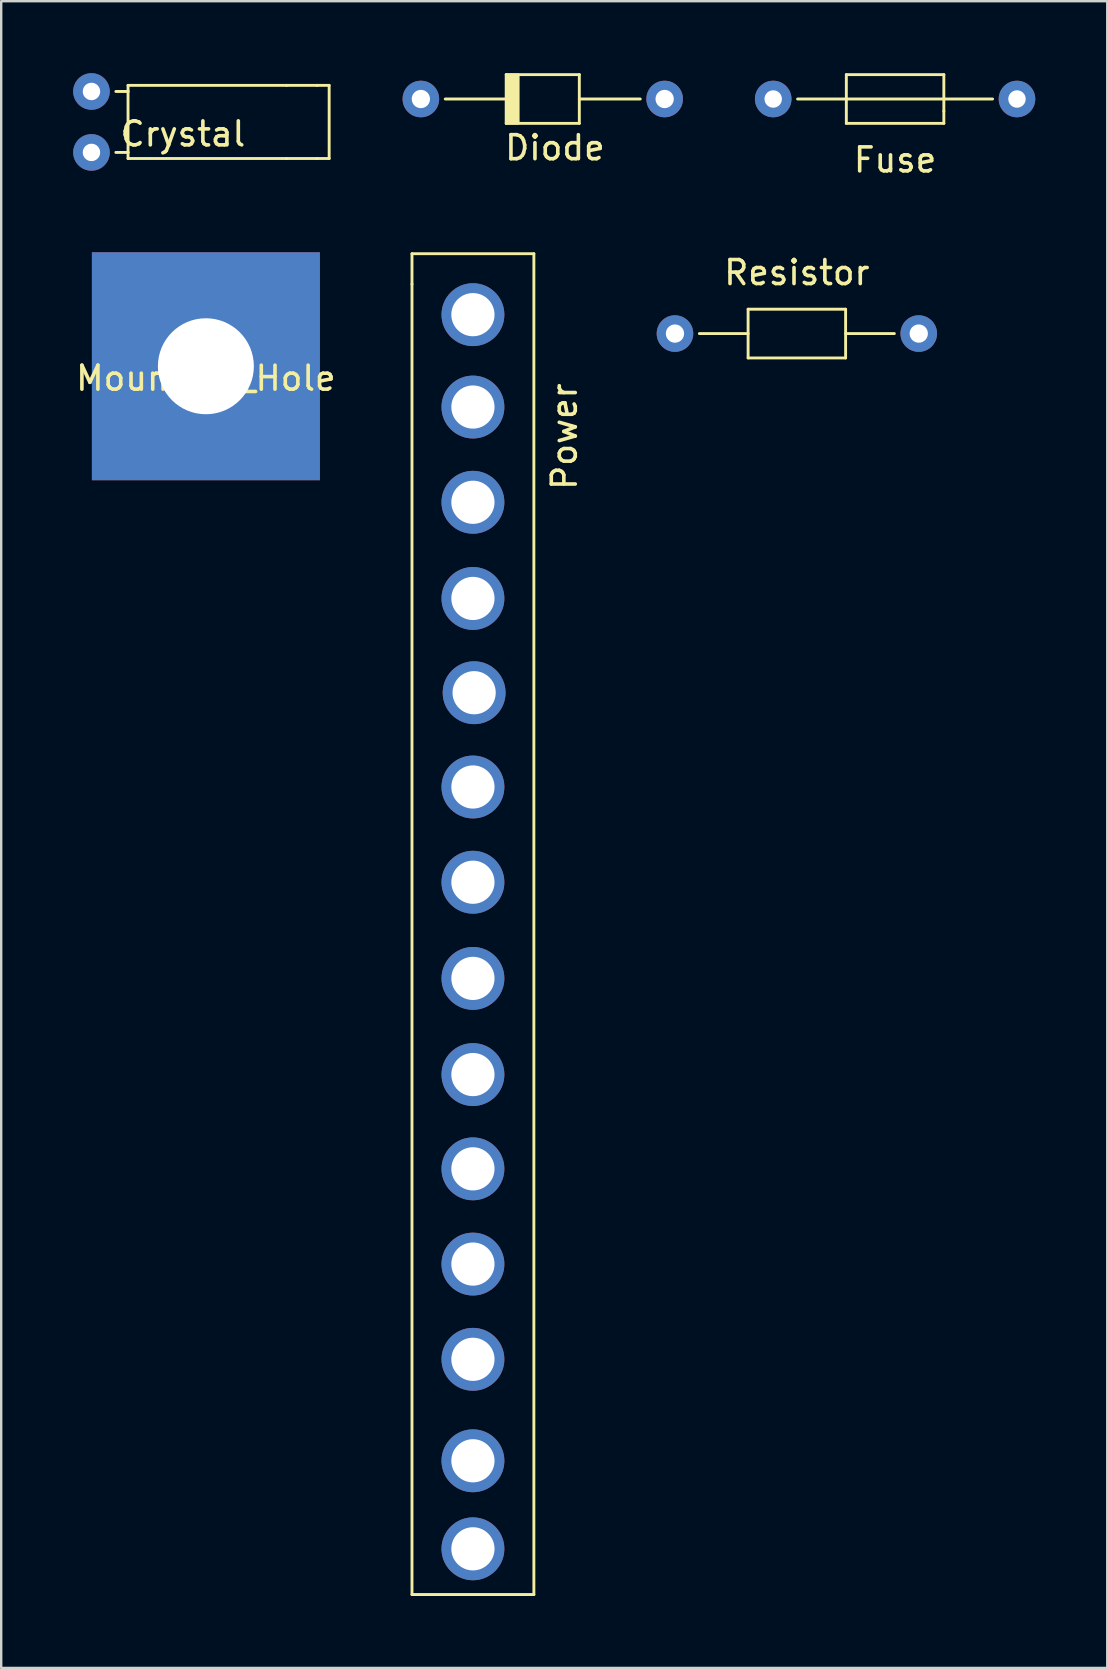
<source format=kicad_pcb>
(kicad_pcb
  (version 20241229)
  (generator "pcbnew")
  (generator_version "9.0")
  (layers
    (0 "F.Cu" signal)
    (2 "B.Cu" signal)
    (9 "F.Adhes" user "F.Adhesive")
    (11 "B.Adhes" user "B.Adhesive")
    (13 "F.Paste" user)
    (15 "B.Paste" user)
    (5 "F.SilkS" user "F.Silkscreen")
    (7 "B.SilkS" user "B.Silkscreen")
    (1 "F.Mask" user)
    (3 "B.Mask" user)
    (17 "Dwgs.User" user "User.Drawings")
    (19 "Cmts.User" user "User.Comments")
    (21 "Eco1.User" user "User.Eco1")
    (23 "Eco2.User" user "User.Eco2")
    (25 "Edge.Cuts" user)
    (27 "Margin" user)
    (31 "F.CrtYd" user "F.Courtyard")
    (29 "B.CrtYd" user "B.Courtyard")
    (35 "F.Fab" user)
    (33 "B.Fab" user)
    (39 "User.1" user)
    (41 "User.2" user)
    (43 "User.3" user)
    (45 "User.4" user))
  (footprint "Crystal"
    (layer "F.Cu")
    (at 4.572 2.032)
    (property "Reference" "Crystal" (at 0 0.5 0) (layer "F.SilkS") (effects (font (size 1 1) (thickness 0.15))))
    (attr through_hole)
    (fp_line (start -2.794 -1.27) (end -2.286 -1.27) (stroke (width 0.12) (type solid)) (layer "F.SilkS"))
    (fp_line (start -2.794 1.27) (end -2.286 1.27) (stroke (width 0.12) (type solid)) (layer "F.SilkS"))
    (fp_line (start -2.286 -1.524) (end 4.318 -1.524) (stroke (width 0.12) (type solid)) (layer "F.SilkS"))
    (fp_line (start -2.286 -1.27) (end -2.286 -1.524) (stroke (width 0.12) (type solid)) (layer "F.SilkS"))
    (fp_line (start -2.286 1.27) (end -2.286 -1.27) (stroke (width 0.12) (type solid)) (layer "F.SilkS"))
    (fp_line (start -2.286 1.524) (end -2.286 1.27) (stroke (width 0.12) (type solid)) (layer "F.SilkS"))
    (fp_line (start 4.318 -1.524) (end 5.588 -1.524) (stroke (width 0.12) (type solid)) (layer "F.SilkS"))
    (fp_line (start 4.318 1.524) (end -2.286 1.524) (stroke (width 0.12) (type solid)) (layer "F.SilkS"))
    (fp_line (start 4.318 1.524) (end 5.588 1.524) (stroke (width 0.12) (type solid)) (layer "F.SilkS"))
    (fp_line (start 5.588 -1.524) (end 6.096 -1.524) (stroke (width 0.12) (type solid)) (layer "F.SilkS"))
    (fp_line (start 5.588 1.524) (end 6.096 1.524) (stroke (width 0.12) (type solid)) (layer "F.SilkS"))
    (fp_line (start 6.096 -1.524) (end 6.096 1.524) (stroke (width 0.12) (type solid)) (layer "F.SilkS"))
    (pad "1" thru_hole circle (at -3.81 -1.27) (size 1.524 1.524) (drill 0.726) (layers "*.Cu" "*.Mask"))
    (pad "2" thru_hole circle (at -3.81 1.27) (size 1.524 1.524) (drill 0.726) (layers "*.Cu" "*.Mask")))
  (footprint "Mounting_Hole"
    (layer "F.Cu")
    (at 5.53 12.214)
    (property "Reference" "Mounting_Hole" (at 0 0.5 0) (layer "F.SilkS") (effects (font (size 1 1) (thickness 0.15))))
    (attr through_hole)
    (pad "1" thru_hole rect (at 0 0) (size 9.5 9.5) (drill 4) (layers "*.Cu" "*.Mask")))
  (footprint "Diode"
    (layer "F.Cu")
    (at 19.57 1.076)
    (property "Reference" "Diode" (at 0.508 2.032 0) (layer "F.SilkS") (effects (font (size 1 1) (thickness 0.15))))
    (attr through_hole)
    (fp_line (start -4.064 0) (end -1.524 0) (stroke (width 0.12) (type solid)) (layer "F.SilkS"))
    (fp_line (start -1.524 -1.016) (end -1.524 1.016) (stroke (width 0.12) (type solid)) (layer "F.SilkS"))
    (fp_line (start -1.524 1.016) (end 1.524 1.016) (stroke (width 0.12) (type solid)) (layer "F.SilkS"))
    (fp_line (start 1.524 -1.016) (end -1.524 -1.016) (stroke (width 0.12) (type solid)) (layer "F.SilkS"))
    (fp_line (start 1.524 0) (end 4.064 0) (stroke (width 0.12) (type solid)) (layer "F.SilkS"))
    (fp_line (start 1.524 1.016) (end 1.524 -1.016) (stroke (width 0.12) (type solid)) (layer "F.SilkS"))
    (fp_poly (pts (xy -1.016 1.016) (xy -1.524 1.016) (xy -1.524 -1.016) (xy -1.016 -1.016)) (stroke (width 0.1) (type solid)) (fill yes) (layer "F.SilkS"))
    (pad "1" thru_hole oval (at -5.08 0) (size 1.524 1.524) (drill 0.762) (layers "*.Cu" "*.Mask"))
    (pad "2" thru_hole oval (at 5.08 0) (size 1.524 1.524) (drill 0.762) (layers "*.Cu" "*.Mask")))
  (footprint "Resistor"
    (layer "F.Cu")
    (at 30.16 10.852)
    (property "Reference" "Resistor" (at 0 -2.54 0) (layer "F.SilkS") (effects (font (size 1 1) (thickness 0.15))))
    (attr through_hole)
    (fp_line (start -2.032 -1.016) (end -2.032 1.016) (stroke (width 0.12) (type solid)) (layer "F.SilkS"))
    (fp_line (start -2.032 0) (end -4.064 0) (stroke (width 0.12) (type solid)) (layer "F.SilkS"))
    (fp_line (start -2.032 1.016) (end 2.032 1.016) (stroke (width 0.12) (type solid)) (layer "F.SilkS"))
    (fp_line (start 2.032 -1.016) (end -2.032 -1.016) (stroke (width 0.12) (type solid)) (layer "F.SilkS"))
    (fp_line (start 2.032 0) (end 4.064 0) (stroke (width 0.12) (type solid)) (layer "F.SilkS"))
    (fp_line (start 2.032 1.016) (end 2.032 -1.016) (stroke (width 0.12) (type solid)) (layer "F.SilkS"))
    (pad "1" thru_hole circle (at -5.08 0) (size 1.524 1.524) (drill 0.762) (layers "*.Cu" "*.Mask"))
    (pad "2" thru_hole circle (at 5.08 0) (size 1.524 1.524) (drill 0.762) (layers "*.Cu" "*.Mask")))
  (footprint "Power"
    (layer "F.Cu")
    (at 16.66 10.064)
    (property "Reference" "Power" (at 3.81 5.08 90) (layer "F.SilkS") (effects (font (size 1 1) (thickness 0.15))))
    (attr through_hole)
    (fp_line (start -2.54 -2.54) (end 2.54 -2.54) (stroke (width 0.12) (type solid)) (layer "F.SilkS"))
    (fp_line (start -2.54 -1.27) (end -2.54 -2.54) (stroke (width 0.12) (type solid)) (layer "F.SilkS"))
    (fp_line (start -2.54 53.34) (end -2.54 -1.27) (stroke (width 0.12) (type solid)) (layer "F.SilkS"))
    (fp_line (start 2.54 -2.54) (end 2.54 53.34) (stroke (width 0.12) (type solid)) (layer "F.SilkS"))
    (fp_line (start 2.54 53.34) (end -2.54 53.34) (stroke (width 0.12) (type solid)) (layer "F.SilkS"))
    (pad "1" thru_hole circle (at 0 0) (size 2.62 2.62) (drill 1.8) (layers "*.Cu" "*.Mask"))
    (pad "2" thru_hole circle (at 0 3.85) (size 2.62 2.62) (drill 1.8) (layers "*.Cu" "*.Mask"))
    (pad "3" thru_hole circle (at 0 7.819) (size 2.62 2.62) (drill 1.8) (layers "*.Cu" "*.Mask"))
    (pad "4" thru_hole circle (at 0 11.827) (size 2.62 2.62) (drill 1.8) (layers "*.Cu" "*.Mask"))
    (pad "5" thru_hole circle (at 0.05 15.756) (size 2.62 2.62) (drill 1.8) (layers "*.Cu" "*.Mask"))
    (pad "6" thru_hole circle (at 0 19.685) (size 2.62 2.62) (drill 1.8) (layers "*.Cu" "*.Mask"))
    (pad "7" thru_hole circle (at 0 23.654) (size 2.62 2.62) (drill 1.8) (layers "*.Cu" "*.Mask"))
    (pad "8" thru_hole circle (at 0 27.662) (size 2.62 2.62) (drill 1.8) (layers "*.Cu" "*.Mask"))
    (pad "9" thru_hole circle (at 0 31.67) (size 2.62 2.62) (drill 1.8) (layers "*.Cu" "*.Mask"))
    (pad "10" thru_hole circle (at 0 35.599) (size 2.62 2.62) (drill 1.8) (layers "*.Cu" "*.Mask"))
    (pad "11" thru_hole circle (at 0 39.568) (size 2.62 2.62) (drill 1.8) (layers "*.Cu" "*.Mask"))
    (pad "12" thru_hole circle (at 0 43.537) (size 2.62 2.62) (drill 1.8) (layers "*.Cu" "*.Mask"))
    (pad "13" thru_hole circle (at 0 47.766) (size 2.62 2.62) (drill 1.8) (layers "*.Cu" "*.Mask"))
    (pad "14" thru_hole circle (at 0 51.435) (size 2.62 2.62) (drill 1.8) (layers "*.Cu" "*.Mask")))
  (footprint "Fuse"
    (layer "F.Cu")
    (at 34.254 1.076)
    (property "Reference" "Fuse" (at 0 2.54 0) (layer "F.SilkS") (effects (font (size 1 1) (thickness 0.15))))
    (attr through_hole)
    (fp_line (start -4.064 0) (end 4.064 0) (stroke (width 0.12) (type solid)) (layer "F.SilkS"))
    (fp_line (start -2.032 -1.016) (end 2.032 -1.016) (stroke (width 0.12) (type solid)) (layer "F.SilkS"))
    (fp_line (start -2.032 0) (end -2.032 -1.016) (stroke (width 0.12) (type solid)) (layer "F.SilkS"))
    (fp_line (start -2.032 1.016) (end -2.032 0) (stroke (width 0.12) (type solid)) (layer "F.SilkS"))
    (fp_line (start 2.032 -1.016) (end 2.032 0.508) (stroke (width 0.12) (type solid)) (layer "F.SilkS"))
    (fp_line (start 2.032 0.508) (end 2.032 1.016) (stroke (width 0.12) (type solid)) (layer "F.SilkS"))
    (fp_line (start 2.032 1.016) (end -2.032 1.016) (stroke (width 0.12) (type solid)) (layer "F.SilkS"))
    (pad "1" thru_hole circle (at -5.08 0) (size 1.524 1.524) (drill 0.726) (layers "*.Cu" "*.Mask"))
    (pad "2" thru_hole circle (at 5.08 0) (size 1.524 1.524) (drill 0.726) (layers "*.Cu" "*.Mask")))
  (gr_rect
    (start -3 -3)
    (end 43.096 66.464)
    (stroke (width 0.1) (type default))
    (fill no)
    (layer "Edge.Cuts")))
</source>
